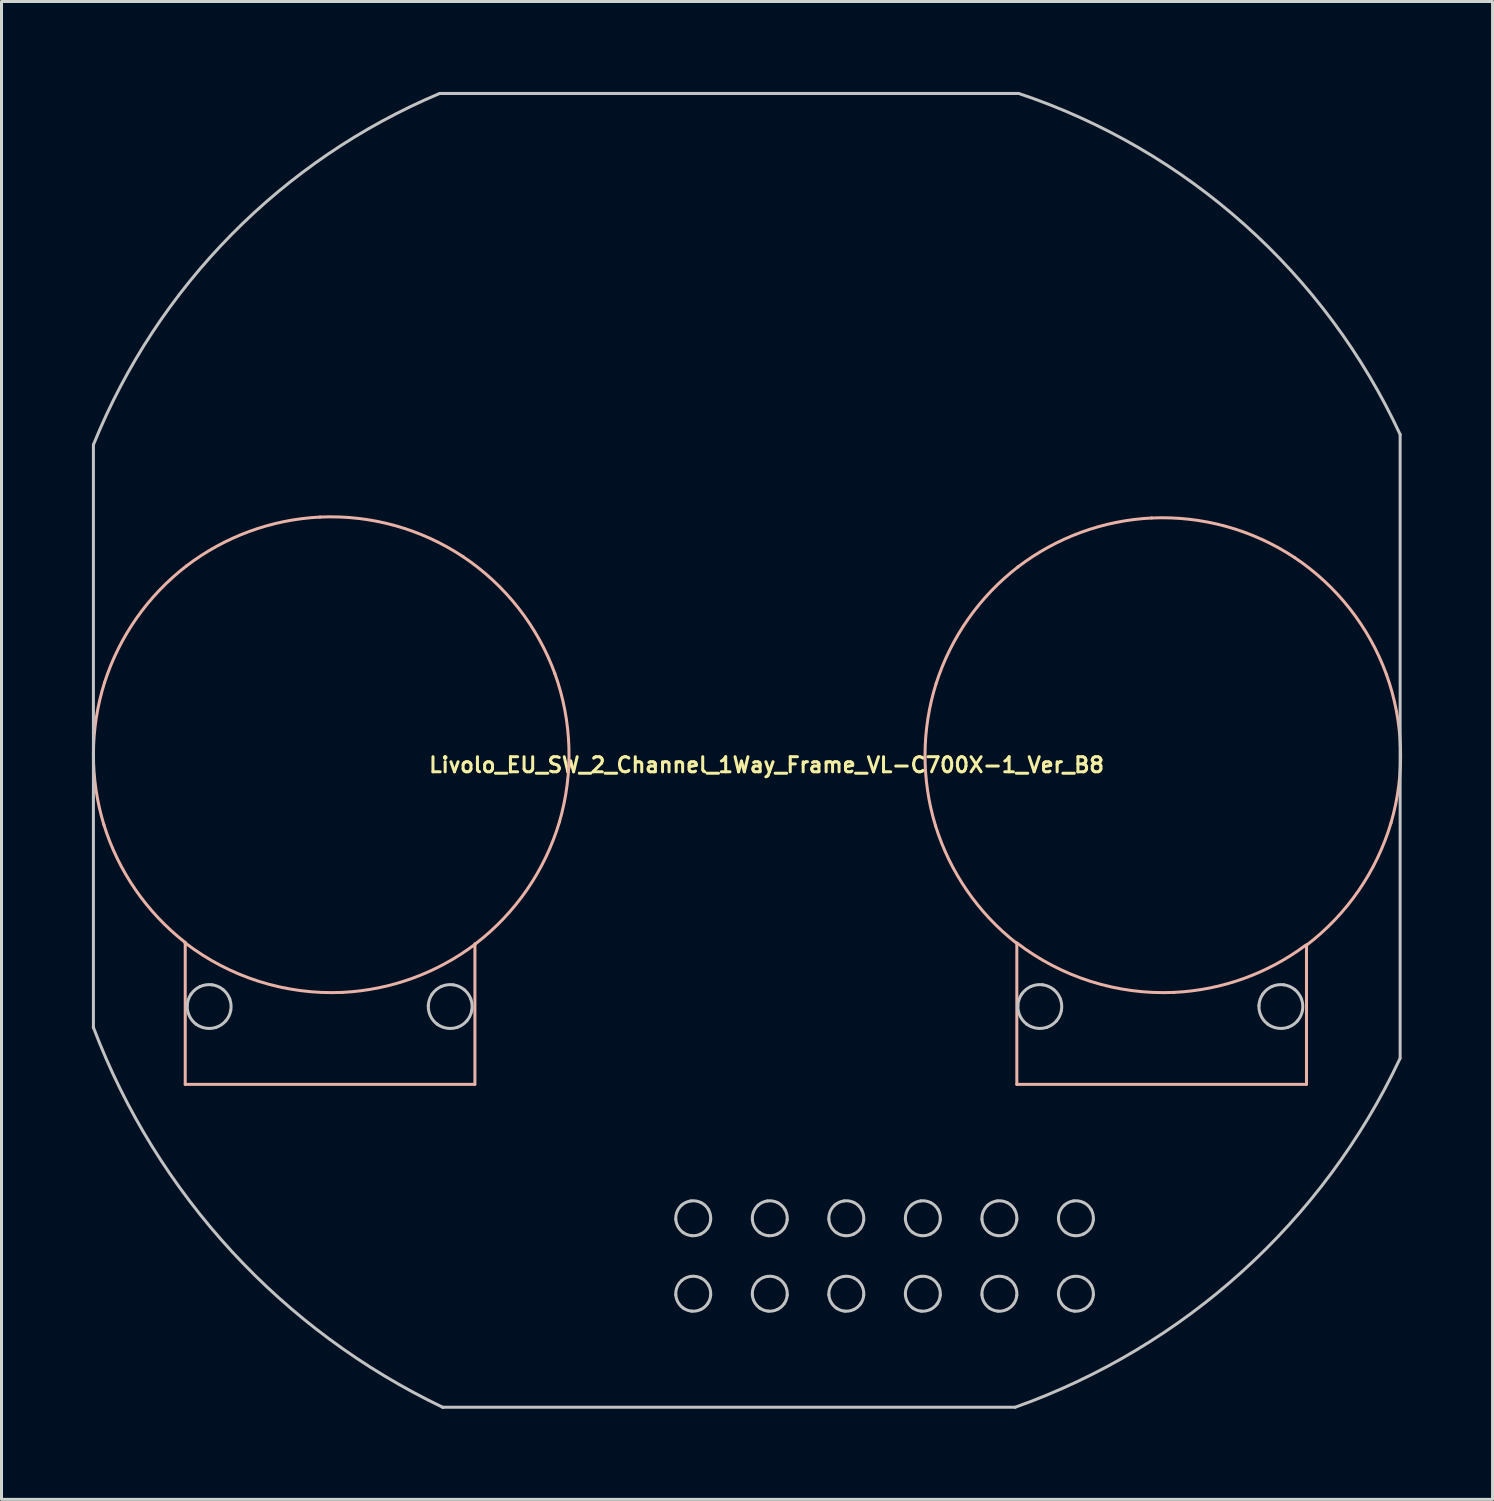
<source format=kicad_pcb>
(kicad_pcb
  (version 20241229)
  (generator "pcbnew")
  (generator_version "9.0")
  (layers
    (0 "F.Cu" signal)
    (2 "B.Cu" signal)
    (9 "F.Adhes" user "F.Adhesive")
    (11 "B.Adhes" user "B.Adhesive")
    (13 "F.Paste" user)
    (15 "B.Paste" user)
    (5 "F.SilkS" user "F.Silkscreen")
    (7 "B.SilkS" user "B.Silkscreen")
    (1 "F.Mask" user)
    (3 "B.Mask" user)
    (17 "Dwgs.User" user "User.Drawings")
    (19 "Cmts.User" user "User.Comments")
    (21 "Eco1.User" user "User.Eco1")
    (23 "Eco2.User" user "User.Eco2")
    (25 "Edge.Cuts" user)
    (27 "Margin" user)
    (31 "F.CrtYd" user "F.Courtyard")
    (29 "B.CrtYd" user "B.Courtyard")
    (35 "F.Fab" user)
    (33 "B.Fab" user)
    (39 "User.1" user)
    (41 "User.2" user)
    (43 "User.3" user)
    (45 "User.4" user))
  (footprint "Livolo_EU_SW_2_Channel_1Way_Frame_VL-C700X-1_Ver_B8"
    (layer "F.Cu")
    (at 22.39 21.837)
    (property "Reference" "Livolo_EU_SW_2_Channel_1Way_Frame_VL-C700X-1_Ver_B8" (at 0 0.5 0) (layer "F.SilkS") (effects (font (size 0.5 0.5) (thickness 0.1))))
    (attr through_hole)
    (fp_line (start -19.293 6.384) (end -19.293 11.1) (stroke (width 0.1) (type solid)) (layer "B.SilkS"))
    (fp_line (start -19.293 11.1) (end -9.689 11.1) (stroke (width 0.1) (type solid)) (layer "B.SilkS"))
    (fp_line (start -9.679 11.1) (end -9.679 6.435) (stroke (width 0.1) (type solid)) (layer "B.SilkS"))
    (fp_line (start 8.305 6.415) (end 8.305 11.1) (stroke (width 0.1) (type solid)) (layer "B.SilkS"))
    (fp_line (start 8.305 11.1) (end 17.909 11.1) (stroke (width 0.1) (type solid)) (layer "B.SilkS"))
    (fp_line (start 17.918 11.1) (end 17.918 6.466) (stroke (width 0.1) (type solid)) (layer "B.SilkS"))
    (fp_arc (start -21.989968 2.49034) (mid -22.339262 0.123669) (end -21.968966 -2.239808) (stroke (width 0.1) (type solid)) (layer "B.SilkS"))
    (fp_arc (start -21.970998 -2.233478) (mid -20.90652 -4.375911) (end -19.253092 -6.104873) (stroke (width 0.1) (type solid)) (layer "B.SilkS"))
    (fp_arc (start -19.308494 6.379358) (mid -20.946503 4.635782) (end -21.991915 2.483981) (stroke (width 0.1) (type solid)) (layer "B.SilkS"))
    (fp_arc (start -19.258377 -6.100834) (mid -17.161237 -7.251984) (end -14.816647 -7.72742) (stroke (width 0.1) (type solid)) (layer "B.SilkS"))
    (fp_arc (start -14.822108 -7.727177) (mid -12.341164 -7.446482) (end -10.069289 -6.410889) (stroke (width 0.1) (type solid)) (layer "B.SilkS"))
    (fp_arc (start -14.076997 8.047108) (mid -16.834254 7.685748) (end -19.3 6.4) (stroke (width 0.1) (type solid)) (layer "B.SilkS"))
    (fp_arc (start -10.073833 -6.413932) (mid -8.242354 -4.717003) (end -7.026797 -2.536109) (stroke (width 0.1) (type solid)) (layer "B.SilkS"))
    (fp_arc (start -9.666479 6.444275) (mid -11.75083 7.578393) (end -14.076997 8.047108) (stroke (width 0.1) (type solid)) (layer "B.SilkS"))
    (fp_arc (start -7.028651 -2.54125) (mid -6.559835 -0.088887) (end -6.873948 2.388047) (stroke (width 0.1) (type solid)) (layer "B.SilkS"))
    (fp_arc (start -6.872393 2.382809) (mid -7.948798 4.635634) (end -9.67026 6.444069) (stroke (width 0.1) (type solid)) (layer "B.SilkS"))
    (fp_arc (start 5.60769 2.521373) (mid 5.258401 0.154718) (end 5.628698 -2.208741) (stroke (width 0.1) (type solid)) (layer "B.SilkS"))
    (fp_arc (start 5.626667 -2.202415) (mid 6.691144 -4.344846) (end 8.34457 -6.073806) (stroke (width 0.1) (type solid)) (layer "B.SilkS"))
    (fp_arc (start 8.289167 6.410421) (mid 6.651161 4.666845) (end 5.605753 2.515046) (stroke (width 0.1) (type solid)) (layer "B.SilkS"))
    (fp_arc (start 8.339287 -6.069768) (mid 10.436427 -7.220917) (end 12.781016 -7.696352) (stroke (width 0.1) (type solid)) (layer "B.SilkS"))
    (fp_arc (start 12.775549 -7.696108) (mid 15.256496 -7.415413) (end 17.528375 -6.379819) (stroke (width 0.1) (type solid)) (layer "B.SilkS"))
    (fp_arc (start 13.523003 8.047108) (mid 10.765746 7.685748) (end 8.3 6.4) (stroke (width 0.1) (type solid)) (layer "B.SilkS"))
    (fp_arc (start 17.523833 -6.382861) (mid 19.355309 -4.685934) (end 20.570863 -2.505041) (stroke (width 0.1) (type solid)) (layer "B.SilkS"))
    (fp_arc (start 17.879907 6.489183) (mid 15.817686 7.593198) (end 13.523003 8.047108) (stroke (width 0.1) (type solid)) (layer "B.SilkS"))
    (fp_arc (start 20.569008 -2.510186) (mid 21.037826 -0.057823) (end 20.723715 2.419113) (stroke (width 0.1) (type solid)) (layer "B.SilkS"))
    (fp_arc (start 20.725272 2.413865) (mid 19.648867 4.666695) (end 17.927403 6.475135) (stroke (width 0.1) (type solid)) (layer "B.SilkS"))
    (fp_line (start -22.34 9.21) (end -22.34 -10.127) (stroke (width 0.1) (type solid)) (layer "Dwgs.User"))
    (fp_line (start -10.85 -21.785) (end 8.35 -21.785) (stroke (width 0.1) (type solid)) (layer "Dwgs.User"))
    (fp_line (start 8.25 21.815) (end -10.75 21.815) (stroke (width 0.1) (type solid)) (layer "Dwgs.User"))
    (fp_line (start 21.026 -10.467) (end 21.026 10.232) (stroke (width 0.1) (type solid)) (layer "Dwgs.User"))
    (fp_arc (start -22.337221 -10.133664) (mid -17.755269 -17.104552) (end -10.850366 -21.785351) (stroke (width 0.1) (type solid)) (layer "Dwgs.User"))
    (fp_arc (start -19.226458 8.486041) (mid -19.190005 8.287988) (end -19.101003 8.107343) (stroke (width 0.1) (type solid)) (layer "Dwgs.User"))
    (fp_arc (start -19.100965 8.107287) (mid -18.965598 7.958189) (end -18.794749 7.851582) (stroke (width 0.1) (type solid)) (layer "Dwgs.User"))
    (fp_arc (start -18.933766 9.100917) (mid -19.154908 8.829122) (end -19.226461 8.486112) (stroke (width 0.1) (type solid)) (layer "Dwgs.User"))
    (fp_arc (start -18.794681 7.851552) (mid -18.601061 7.796194) (end -18.399684 7.795647) (stroke (width 0.1) (type solid)) (layer "Dwgs.User"))
    (fp_arc (start -18.399611 7.795657) (mid -18.205891 7.850663) (end -18.034467 7.956337) (stroke (width 0.1) (type solid)) (layer "Dwgs.User"))
    (fp_arc (start -18.261167 9.204978) (mid -18.610299 9.234698) (end -18.934057 9.100696) (stroke (width 0.1) (type solid)) (layer "Dwgs.User"))
    (fp_arc (start -18.034947 7.955938) (mid -17.904321 8.097205) (end -17.815006 8.267623) (stroke (width 0.1) (type solid)) (layer "Dwgs.User"))
    (fp_arc (start -17.946119 8.990507) (mid -18.089595 9.118701) (end -18.261513 9.205093) (stroke (width 0.1) (type solid)) (layer "Dwgs.User"))
    (fp_arc (start -17.815218 8.267038) (mid -17.773796 8.454929) (end -17.782751 8.647123) (stroke (width 0.1) (type solid)) (layer "Dwgs.User"))
    (fp_arc (start -17.78264 8.646512) (mid -17.841756 8.829607) (end -17.946527 8.990981) (stroke (width 0.1) (type solid)) (layer "Dwgs.User"))
    (fp_arc (start -11.226493 8.486042) (mid -11.19004 8.287988) (end -11.101038 8.107343) (stroke (width 0.1) (type solid)) (layer "Dwgs.User"))
    (fp_arc (start -11.101 8.107288) (mid -10.965633 7.958189) (end -10.794784 7.851582) (stroke (width 0.1) (type solid)) (layer "Dwgs.User"))
    (fp_arc (start -10.9338 9.100917) (mid -11.154942 8.829122) (end -11.226495 8.486112) (stroke (width 0.1) (type solid)) (layer "Dwgs.User"))
    (fp_arc (start -10.794715 7.851552) (mid -10.601095 7.796194) (end -10.399718 7.795647) (stroke (width 0.1) (type solid)) (layer "Dwgs.User"))
    (fp_arc (start -10.73353 21.822699) (mid -17.754031 16.636503) (end -22.34 9.21) (stroke (width 0.1) (type solid)) (layer "Dwgs.User"))
    (fp_arc (start -10.399645 7.795657) (mid -10.205925 7.850663) (end -10.034501 7.956337) (stroke (width 0.1) (type solid)) (layer "Dwgs.User"))
    (fp_arc (start -10.261201 9.204977) (mid -10.610332 9.234698) (end -10.934091 9.100696) (stroke (width 0.1) (type solid)) (layer "Dwgs.User"))
    (fp_arc (start -10.034982 7.955938) (mid -9.904356 8.097205) (end -9.815041 8.267623) (stroke (width 0.1) (type solid)) (layer "Dwgs.User"))
    (fp_arc (start -9.946154 8.990507) (mid -10.08963 9.118701) (end -10.261548 9.205093) (stroke (width 0.1) (type solid)) (layer "Dwgs.User"))
    (fp_arc (start -9.815253 8.267038) (mid -9.773831 8.454929) (end -9.782786 8.647123) (stroke (width 0.1) (type solid)) (layer "Dwgs.User"))
    (fp_arc (start -9.782674 8.646512) (mid -9.84179 8.829607) (end -9.946561 8.990981) (stroke (width 0.1) (type solid)) (layer "Dwgs.User"))
    (fp_arc (start -3.012818 15.576508) (mid -2.968647 15.320746) (end -2.818855 15.108785) (stroke (width 0.1) (type solid)) (layer "Dwgs.User"))
    (fp_arc (start -3.012817 18.081029) (mid -2.968646 17.825267) (end -2.818855 17.613306) (stroke (width 0.1) (type solid)) (layer "Dwgs.User"))
    (fp_arc (start -2.818588 15.10855) (mid -2.674574 15.015057) (end -2.509601 14.967467) (stroke (width 0.1) (type solid)) (layer "Dwgs.User"))
    (fp_arc (start -2.818588 17.61307) (mid -2.674574 17.519577) (end -2.509601 17.471987) (stroke (width 0.1) (type solid)) (layer "Dwgs.User"))
    (fp_arc (start -2.765436 16.018478) (mid -2.939009 15.825494) (end -3.01281 15.576649) (stroke (width 0.1) (type solid)) (layer "Dwgs.User"))
    (fp_arc (start -2.765436 18.522999) (mid -2.939009 18.330015) (end -3.01281 18.08117) (stroke (width 0.1) (type solid)) (layer "Dwgs.User"))
    (fp_arc (start -2.509224 14.967418) (mid -2.337567 14.970691) (end -2.174275 15.023724) (stroke (width 0.1) (type solid)) (layer "Dwgs.User"))
    (fp_arc (start -2.509224 17.471938) (mid -2.337567 17.475211) (end -2.174275 17.528244) (stroke (width 0.1) (type solid)) (layer "Dwgs.User"))
    (fp_arc (start -2.482215 16.120658) (mid -2.630477 16.088177) (end -2.76534 16.018547) (stroke (width 0.1) (type solid)) (layer "Dwgs.User"))
    (fp_arc (start -2.482215 18.625178) (mid -2.630476 18.592697) (end -2.76534 18.523067) (stroke (width 0.1) (type solid)) (layer "Dwgs.User"))
    (fp_arc (start -2.186363 16.067315) (mid -2.330976 16.113403) (end -2.482583 16.120626) (stroke (width 0.1) (type solid)) (layer "Dwgs.User"))
    (fp_arc (start -2.186363 18.571835) (mid -2.330976 18.617923) (end -2.482583 18.625146) (stroke (width 0.1) (type solid)) (layer "Dwgs.User"))
    (fp_arc (start -2.173965 15.02388) (mid -2.033612 15.12279) (end -1.928074 15.25823) (stroke (width 0.1) (type solid)) (layer "Dwgs.User"))
    (fp_arc (start -2.173965 17.5284) (mid -2.033612 17.62731) (end -1.928074 17.76275) (stroke (width 0.1) (type solid)) (layer "Dwgs.User"))
    (fp_arc (start -1.956942 15.873065) (mid -2.059067 15.985343) (end -2.1867 16.067474) (stroke (width 0.1) (type solid)) (layer "Dwgs.User"))
    (fp_arc (start -1.956942 18.377585) (mid -2.059067 18.489863) (end -2.1867 18.571994) (stroke (width 0.1) (type solid)) (layer "Dwgs.User"))
    (fp_arc (start -1.9279 15.258539) (mid -1.867087 15.419109) (end -1.855578 15.590424) (stroke (width 0.1) (type solid)) (layer "Dwgs.User"))
    (fp_arc (start -1.9279 17.76306) (mid -1.867087 17.92363) (end -1.855578 18.094945) (stroke (width 0.1) (type solid)) (layer "Dwgs.User"))
    (fp_arc (start -1.855548 18.094577) (mid -1.887764 18.242896) (end -1.957151 18.377884) (stroke (width 0.1) (type solid)) (layer "Dwgs.User"))
    (fp_arc (start -1.855547 15.590057) (mid -1.887763 15.738376) (end -1.957151 15.873364) (stroke (width 0.1) (type solid)) (layer "Dwgs.User"))
    (fp_arc (start -0.472818 15.576508) (mid -0.428647 15.320746) (end -0.278855 15.108785) (stroke (width 0.1) (type solid)) (layer "Dwgs.User"))
    (fp_arc (start -0.472817 18.081029) (mid -0.428646 17.825267) (end -0.278855 17.613306) (stroke (width 0.1) (type solid)) (layer "Dwgs.User"))
    (fp_arc (start -0.278588 15.10855) (mid -0.134574 15.015057) (end 0.030399 14.967467) (stroke (width 0.1) (type solid)) (layer "Dwgs.User"))
    (fp_arc (start -0.278588 17.61307) (mid -0.134574 17.519577) (end 0.030399 17.471987) (stroke (width 0.1) (type solid)) (layer "Dwgs.User"))
    (fp_arc (start -0.225436 16.018478) (mid -0.399009 15.825494) (end -0.47281 15.576649) (stroke (width 0.1) (type solid)) (layer "Dwgs.User"))
    (fp_arc (start -0.225436 18.522999) (mid -0.399009 18.330015) (end -0.47281 18.08117) (stroke (width 0.1) (type solid)) (layer "Dwgs.User"))
    (fp_arc (start 0.030776 14.967418) (mid 0.202433 14.970691) (end 0.365725 15.023724) (stroke (width 0.1) (type solid)) (layer "Dwgs.User"))
    (fp_arc (start 0.030776 17.471938) (mid 0.202433 17.475211) (end 0.365725 17.528244) (stroke (width 0.1) (type solid)) (layer "Dwgs.User"))
    (fp_arc (start 0.057785 16.120658) (mid -0.090477 16.088177) (end -0.22534 16.018547) (stroke (width 0.1) (type solid)) (layer "Dwgs.User"))
    (fp_arc (start 0.057785 18.625178) (mid -0.090476 18.592697) (end -0.22534 18.523067) (stroke (width 0.1) (type solid)) (layer "Dwgs.User"))
    (fp_arc (start 0.353637 16.067315) (mid 0.209024 16.113403) (end 0.057417 16.120626) (stroke (width 0.1) (type solid)) (layer "Dwgs.User"))
    (fp_arc (start 0.353637 18.571835) (mid 0.209024 18.617923) (end 0.057417 18.625146) (stroke (width 0.1) (type solid)) (layer "Dwgs.User"))
    (fp_arc (start 0.366035 15.02388) (mid 0.506388 15.12279) (end 0.611926 15.25823) (stroke (width 0.1) (type solid)) (layer "Dwgs.User"))
    (fp_arc (start 0.366035 17.5284) (mid 0.506388 17.62731) (end 0.611926 17.76275) (stroke (width 0.1) (type solid)) (layer "Dwgs.User"))
    (fp_arc (start 0.583058 15.873065) (mid 0.480933 15.985343) (end 0.3533 16.067474) (stroke (width 0.1) (type solid)) (layer "Dwgs.User"))
    (fp_arc (start 0.583058 18.377585) (mid 0.480933 18.489863) (end 0.3533 18.571994) (stroke (width 0.1) (type solid)) (layer "Dwgs.User"))
    (fp_arc (start 0.6121 15.258539) (mid 0.672913 15.419109) (end 0.684422 15.590424) (stroke (width 0.1) (type solid)) (layer "Dwgs.User"))
    (fp_arc (start 0.6121 17.76306) (mid 0.672913 17.92363) (end 0.684422 18.094945) (stroke (width 0.1) (type solid)) (layer "Dwgs.User"))
    (fp_arc (start 0.684452 18.094577) (mid 0.652236 18.242896) (end 0.582849 18.377884) (stroke (width 0.1) (type solid)) (layer "Dwgs.User"))
    (fp_arc (start 0.684453 15.590057) (mid 0.652237 15.738376) (end 0.582849 15.873364) (stroke (width 0.1) (type solid)) (layer "Dwgs.User"))
    (fp_arc (start 2.067182 15.576508) (mid 2.111353 15.320746) (end 2.261145 15.108785) (stroke (width 0.1) (type solid)) (layer "Dwgs.User"))
    (fp_arc (start 2.067183 18.081029) (mid 2.111354 17.825267) (end 2.261145 17.613306) (stroke (width 0.1) (type solid)) (layer "Dwgs.User"))
    (fp_arc (start 2.261412 15.10855) (mid 2.405426 15.015057) (end 2.570399 14.967467) (stroke (width 0.1) (type solid)) (layer "Dwgs.User"))
    (fp_arc (start 2.261412 17.61307) (mid 2.405426 17.519577) (end 2.570399 17.471987) (stroke (width 0.1) (type solid)) (layer "Dwgs.User"))
    (fp_arc (start 2.314564 16.018478) (mid 2.140991 15.825494) (end 2.06719 15.576649) (stroke (width 0.1) (type solid)) (layer "Dwgs.User"))
    (fp_arc (start 2.314564 18.522999) (mid 2.140991 18.330015) (end 2.06719 18.08117) (stroke (width 0.1) (type solid)) (layer "Dwgs.User"))
    (fp_arc (start 2.570776 14.967418) (mid 2.742433 14.970691) (end 2.905725 15.023724) (stroke (width 0.1) (type solid)) (layer "Dwgs.User"))
    (fp_arc (start 2.570776 17.471938) (mid 2.742433 17.475211) (end 2.905725 17.528244) (stroke (width 0.1) (type solid)) (layer "Dwgs.User"))
    (fp_arc (start 2.597785 16.120658) (mid 2.449523 16.088177) (end 2.31466 16.018547) (stroke (width 0.1) (type solid)) (layer "Dwgs.User"))
    (fp_arc (start 2.597785 18.625178) (mid 2.449524 18.592697) (end 2.31466 18.523067) (stroke (width 0.1) (type solid)) (layer "Dwgs.User"))
    (fp_arc (start 2.893637 16.067315) (mid 2.749024 16.113403) (end 2.597417 16.120626) (stroke (width 0.1) (type solid)) (layer "Dwgs.User"))
    (fp_arc (start 2.893637 18.571835) (mid 2.749024 18.617923) (end 2.597417 18.625146) (stroke (width 0.1) (type solid)) (layer "Dwgs.User"))
    (fp_arc (start 2.906035 15.02388) (mid 3.046388 15.12279) (end 3.151926 15.25823) (stroke (width 0.1) (type solid)) (layer "Dwgs.User"))
    (fp_arc (start 2.906035 17.5284) (mid 3.046388 17.62731) (end 3.151926 17.76275) (stroke (width 0.1) (type solid)) (layer "Dwgs.User"))
    (fp_arc (start 3.123058 15.873065) (mid 3.020933 15.985343) (end 2.8933 16.067474) (stroke (width 0.1) (type solid)) (layer "Dwgs.User"))
    (fp_arc (start 3.123058 18.377585) (mid 3.020933 18.489863) (end 2.8933 18.571994) (stroke (width 0.1) (type solid)) (layer "Dwgs.User"))
    (fp_arc (start 3.1521 15.258539) (mid 3.212913 15.419109) (end 3.224422 15.590424) (stroke (width 0.1) (type solid)) (layer "Dwgs.User"))
    (fp_arc (start 3.1521 17.76306) (mid 3.212913 17.92363) (end 3.224422 18.094945) (stroke (width 0.1) (type solid)) (layer "Dwgs.User"))
    (fp_arc (start 3.224452 18.094577) (mid 3.192236 18.242896) (end 3.122849 18.377884) (stroke (width 0.1) (type solid)) (layer "Dwgs.User"))
    (fp_arc (start 3.224453 15.590057) (mid 3.192237 15.738376) (end 3.122849 15.873364) (stroke (width 0.1) (type solid)) (layer "Dwgs.User"))
    (fp_arc (start 4.607182 15.576508) (mid 4.651353 15.320746) (end 4.801145 15.108785) (stroke (width 0.1) (type solid)) (layer "Dwgs.User"))
    (fp_arc (start 4.607183 18.081029) (mid 4.651354 17.825267) (end 4.801145 17.613306) (stroke (width 0.1) (type solid)) (layer "Dwgs.User"))
    (fp_arc (start 4.801412 15.10855) (mid 4.945426 15.015057) (end 5.110399 14.967467) (stroke (width 0.1) (type solid)) (layer "Dwgs.User"))
    (fp_arc (start 4.801412 17.61307) (mid 4.945426 17.519577) (end 5.110399 17.471987) (stroke (width 0.1) (type solid)) (layer "Dwgs.User"))
    (fp_arc (start 4.854564 16.018478) (mid 4.680991 15.825494) (end 4.60719 15.576649) (stroke (width 0.1) (type solid)) (layer "Dwgs.User"))
    (fp_arc (start 4.854564 18.522999) (mid 4.680991 18.330015) (end 4.60719 18.08117) (stroke (width 0.1) (type solid)) (layer "Dwgs.User"))
    (fp_arc (start 5.110776 14.967418) (mid 5.282433 14.970691) (end 5.445725 15.023724) (stroke (width 0.1) (type solid)) (layer "Dwgs.User"))
    (fp_arc (start 5.110776 17.471938) (mid 5.282433 17.475211) (end 5.445725 17.528244) (stroke (width 0.1) (type solid)) (layer "Dwgs.User"))
    (fp_arc (start 5.137785 16.120658) (mid 4.989523 16.088177) (end 4.85466 16.018547) (stroke (width 0.1) (type solid)) (layer "Dwgs.User"))
    (fp_arc (start 5.137785 18.625178) (mid 4.989524 18.592697) (end 4.85466 18.523067) (stroke (width 0.1) (type solid)) (layer "Dwgs.User"))
    (fp_arc (start 5.433637 16.067315) (mid 5.289024 16.113403) (end 5.137417 16.120626) (stroke (width 0.1) (type solid)) (layer "Dwgs.User"))
    (fp_arc (start 5.433637 18.571835) (mid 5.289024 18.617923) (end 5.137417 18.625146) (stroke (width 0.1) (type solid)) (layer "Dwgs.User"))
    (fp_arc (start 5.446035 15.02388) (mid 5.586388 15.12279) (end 5.691926 15.25823) (stroke (width 0.1) (type solid)) (layer "Dwgs.User"))
    (fp_arc (start 5.446035 17.5284) (mid 5.586388 17.62731) (end 5.691926 17.76275) (stroke (width 0.1) (type solid)) (layer "Dwgs.User"))
    (fp_arc (start 5.663058 15.873065) (mid 5.560933 15.985343) (end 5.4333 16.067474) (stroke (width 0.1) (type solid)) (layer "Dwgs.User"))
    (fp_arc (start 5.663058 18.377585) (mid 5.560933 18.489863) (end 5.4333 18.571994) (stroke (width 0.1) (type solid)) (layer "Dwgs.User"))
    (fp_arc (start 5.6921 15.258539) (mid 5.752913 15.419109) (end 5.764422 15.590424) (stroke (width 0.1) (type solid)) (layer "Dwgs.User"))
    (fp_arc (start 5.6921 17.76306) (mid 5.752913 17.92363) (end 5.764422 18.094945) (stroke (width 0.1) (type solid)) (layer "Dwgs.User"))
    (fp_arc (start 5.764452 18.094577) (mid 5.732236 18.242896) (end 5.662849 18.377884) (stroke (width 0.1) (type solid)) (layer "Dwgs.User"))
    (fp_arc (start 5.764453 15.590057) (mid 5.732237 15.738376) (end 5.662849 15.873364) (stroke (width 0.1) (type solid)) (layer "Dwgs.User"))
    (fp_arc (start 7.147182 15.576508) (mid 7.191353 15.320746) (end 7.341145 15.108785) (stroke (width 0.1) (type solid)) (layer "Dwgs.User"))
    (fp_arc (start 7.147183 18.081029) (mid 7.191354 17.825267) (end 7.341145 17.613306) (stroke (width 0.1) (type solid)) (layer "Dwgs.User"))
    (fp_arc (start 7.341412 15.10855) (mid 7.485426 15.015057) (end 7.650399 14.967467) (stroke (width 0.1) (type solid)) (layer "Dwgs.User"))
    (fp_arc (start 7.341412 17.61307) (mid 7.485426 17.519577) (end 7.650399 17.471987) (stroke (width 0.1) (type solid)) (layer "Dwgs.User"))
    (fp_arc (start 7.394564 16.018478) (mid 7.220991 15.825494) (end 7.14719 15.576649) (stroke (width 0.1) (type solid)) (layer "Dwgs.User"))
    (fp_arc (start 7.394564 18.522999) (mid 7.220991 18.330015) (end 7.14719 18.08117) (stroke (width 0.1) (type solid)) (layer "Dwgs.User"))
    (fp_arc (start 7.650776 14.967418) (mid 7.822433 14.970691) (end 7.985725 15.023724) (stroke (width 0.1) (type solid)) (layer "Dwgs.User"))
    (fp_arc (start 7.650776 17.471938) (mid 7.822433 17.475211) (end 7.985725 17.528244) (stroke (width 0.1) (type solid)) (layer "Dwgs.User"))
    (fp_arc (start 7.677785 16.120658) (mid 7.529523 16.088177) (end 7.39466 16.018547) (stroke (width 0.1) (type solid)) (layer "Dwgs.User"))
    (fp_arc (start 7.677785 18.625178) (mid 7.529524 18.592697) (end 7.39466 18.523067) (stroke (width 0.1) (type solid)) (layer "Dwgs.User"))
    (fp_arc (start 7.973637 16.067315) (mid 7.829024 16.113403) (end 7.677417 16.120626) (stroke (width 0.1) (type solid)) (layer "Dwgs.User"))
    (fp_arc (start 7.973637 18.571835) (mid 7.829024 18.617923) (end 7.677417 18.625146) (stroke (width 0.1) (type solid)) (layer "Dwgs.User"))
    (fp_arc (start 7.986035 15.02388) (mid 8.126388 15.12279) (end 8.231926 15.25823) (stroke (width 0.1) (type solid)) (layer "Dwgs.User"))
    (fp_arc (start 7.986035 17.5284) (mid 8.126388 17.62731) (end 8.231926 17.76275) (stroke (width 0.1) (type solid)) (layer "Dwgs.User"))
    (fp_arc (start 8.203058 15.873065) (mid 8.100933 15.985343) (end 7.9733 16.067474) (stroke (width 0.1) (type solid)) (layer "Dwgs.User"))
    (fp_arc (start 8.203058 18.377585) (mid 8.100933 18.489863) (end 7.9733 18.571994) (stroke (width 0.1) (type solid)) (layer "Dwgs.User"))
    (fp_arc (start 8.2321 15.258539) (mid 8.292913 15.419109) (end 8.304422 15.590424) (stroke (width 0.1) (type solid)) (layer "Dwgs.User"))
    (fp_arc (start 8.2321 17.76306) (mid 8.292913 17.92363) (end 8.304422 18.094945) (stroke (width 0.1) (type solid)) (layer "Dwgs.User"))
    (fp_arc (start 8.304452 18.094577) (mid 8.272236 18.242896) (end 8.202849 18.377884) (stroke (width 0.1) (type solid)) (layer "Dwgs.User"))
    (fp_arc (start 8.304453 15.590057) (mid 8.272237 15.738376) (end 8.202849 15.873364) (stroke (width 0.1) (type solid)) (layer "Dwgs.User"))
    (fp_arc (start 8.340136 8.486068) (mid 8.376588 8.288002) (end 8.465593 8.107344) (stroke (width 0.1) (type solid)) (layer "Dwgs.User"))
    (fp_arc (start 8.36475 -21.786643) (mid 15.862223 -17.432242) (end 21.025886 -10.467366) (stroke (width 0.1) (type solid)) (layer "Dwgs.User"))
    (fp_arc (start 8.465637 8.107279) (mid 8.601001 7.958186) (end 8.771846 7.851583) (stroke (width 0.1) (type solid)) (layer "Dwgs.User"))
    (fp_arc (start 8.632834 9.100921) (mid 8.411689 8.829125) (end 8.340134 8.486112) (stroke (width 0.1) (type solid)) (layer "Dwgs.User"))
    (fp_arc (start 8.771916 7.851552) (mid 8.965534 7.796194) (end 9.16691 7.795647) (stroke (width 0.1) (type solid)) (layer "Dwgs.User"))
    (fp_arc (start 9.166933 7.79565) (mid 9.360679 7.850657) (end 9.532128 7.956339) (stroke (width 0.1) (type solid)) (layer "Dwgs.User"))
    (fp_arc (start 9.305435 9.204975) (mid 8.956301 9.234697) (end 8.632539 9.100696) (stroke (width 0.1) (type solid)) (layer "Dwgs.User"))
    (fp_arc (start 9.531651 7.955942) (mid 9.662274 8.097208) (end 9.751587 8.267624) (stroke (width 0.1) (type solid)) (layer "Dwgs.User"))
    (fp_arc (start 9.620471 8.99051) (mid 9.476997 9.118702) (end 9.305083 9.205093) (stroke (width 0.1) (type solid)) (layer "Dwgs.User"))
    (fp_arc (start 9.687182 15.576508) (mid 9.731353 15.320746) (end 9.881145 15.108785) (stroke (width 0.1) (type solid)) (layer "Dwgs.User"))
    (fp_arc (start 9.687183 18.081029) (mid 9.731354 17.825267) (end 9.881145 17.613306) (stroke (width 0.1) (type solid)) (layer "Dwgs.User"))
    (fp_arc (start 9.751378 8.267048) (mid 9.792798 8.454934) (end 9.783842 8.647123) (stroke (width 0.1) (type solid)) (layer "Dwgs.User"))
    (fp_arc (start 9.783948 8.646538) (mid 9.724834 8.829619) (end 9.620068 8.990979) (stroke (width 0.1) (type solid)) (layer "Dwgs.User"))
    (fp_arc (start 9.881412 15.10855) (mid 10.025426 15.015057) (end 10.190399 14.967467) (stroke (width 0.1) (type solid)) (layer "Dwgs.User"))
    (fp_arc (start 9.881412 17.61307) (mid 10.025426 17.519577) (end 10.190399 17.471987) (stroke (width 0.1) (type solid)) (layer "Dwgs.User"))
    (fp_arc (start 9.934564 16.018478) (mid 9.760991 15.825494) (end 9.68719 15.576649) (stroke (width 0.1) (type solid)) (layer "Dwgs.User"))
    (fp_arc (start 9.934564 18.522999) (mid 9.760991 18.330015) (end 9.68719 18.08117) (stroke (width 0.1) (type solid)) (layer "Dwgs.User"))
    (fp_arc (start 10.190776 14.967418) (mid 10.362433 14.970691) (end 10.525725 15.023724) (stroke (width 0.1) (type solid)) (layer "Dwgs.User"))
    (fp_arc (start 10.190776 17.471938) (mid 10.362433 17.475211) (end 10.525725 17.528244) (stroke (width 0.1) (type solid)) (layer "Dwgs.User"))
    (fp_arc (start 10.217785 16.120658) (mid 10.069523 16.088177) (end 9.93466 16.018547) (stroke (width 0.1) (type solid)) (layer "Dwgs.User"))
    (fp_arc (start 10.217785 18.625178) (mid 10.069524 18.592697) (end 9.93466 18.523067) (stroke (width 0.1) (type solid)) (layer "Dwgs.User"))
    (fp_arc (start 10.513637 16.067315) (mid 10.369024 16.113403) (end 10.217417 16.120626) (stroke (width 0.1) (type solid)) (layer "Dwgs.User"))
    (fp_arc (start 10.513637 18.571835) (mid 10.369024 18.617923) (end 10.217417 18.625146) (stroke (width 0.1) (type solid)) (layer "Dwgs.User"))
    (fp_arc (start 10.526035 15.02388) (mid 10.666388 15.12279) (end 10.771926 15.25823) (stroke (width 0.1) (type solid)) (layer "Dwgs.User"))
    (fp_arc (start 10.526035 17.5284) (mid 10.666388 17.62731) (end 10.771926 17.76275) (stroke (width 0.1) (type solid)) (layer "Dwgs.User"))
    (fp_arc (start 10.743058 15.873065) (mid 10.640933 15.985343) (end 10.5133 16.067474) (stroke (width 0.1) (type solid)) (layer "Dwgs.User"))
    (fp_arc (start 10.743058 18.377585) (mid 10.640933 18.489863) (end 10.5133 18.571994) (stroke (width 0.1) (type solid)) (layer "Dwgs.User"))
    (fp_arc (start 10.7721 15.258539) (mid 10.832913 15.419109) (end 10.844422 15.590424) (stroke (width 0.1) (type solid)) (layer "Dwgs.User"))
    (fp_arc (start 10.7721 17.76306) (mid 10.832913 17.92363) (end 10.844422 18.094945) (stroke (width 0.1) (type solid)) (layer "Dwgs.User"))
    (fp_arc (start 10.844452 18.094577) (mid 10.812236 18.242896) (end 10.742849 18.377884) (stroke (width 0.1) (type solid)) (layer "Dwgs.User"))
    (fp_arc (start 10.844453 15.590057) (mid 10.812237 15.738376) (end 10.742849 15.873364) (stroke (width 0.1) (type solid)) (layer "Dwgs.User"))
    (fp_arc (start 16.3401 8.486076) (mid 16.376552 8.288005) (end 16.465557 8.107342) (stroke (width 0.1) (type solid)) (layer "Dwgs.User"))
    (fp_arc (start 16.465595 8.107285) (mid 16.600962 7.958187) (end 16.771811 7.85158) (stroke (width 0.1) (type solid)) (layer "Dwgs.User"))
    (fp_arc (start 16.632798 9.100921) (mid 16.411653 8.829125) (end 16.340098 8.486112) (stroke (width 0.1) (type solid)) (layer "Dwgs.User"))
    (fp_arc (start 16.771878 7.851551) (mid 16.965499 7.796194) (end 17.166877 7.795647) (stroke (width 0.1) (type solid)) (layer "Dwgs.User"))
    (fp_arc (start 17.1669 7.79565) (mid 17.360646 7.850657) (end 17.532095 7.956339) (stroke (width 0.1) (type solid)) (layer "Dwgs.User"))
    (fp_arc (start 17.305399 9.204975) (mid 16.956265 9.234697) (end 16.632503 9.100696) (stroke (width 0.1) (type solid)) (layer "Dwgs.User"))
    (fp_arc (start 17.532584 7.956745) (mid 17.662602 8.097722) (end 17.751554 8.267624) (stroke (width 0.1) (type solid)) (layer "Dwgs.User"))
    (fp_arc (start 17.620436 8.990511) (mid 17.476962 9.118703) (end 17.305047 9.205093) (stroke (width 0.1) (type solid)) (layer "Dwgs.User"))
    (fp_arc (start 17.751339 8.267032) (mid 17.792763 8.454926) (end 17.783809 8.647123) (stroke (width 0.1) (type solid)) (layer "Dwgs.User"))
    (fp_arc (start 17.783915 8.646537) (mid 17.7248 8.829618) (end 17.620032 8.990979) (stroke (width 0.1) (type solid)) (layer "Dwgs.User"))
    (fp_arc (start 21.021274 10.241509) (mid 15.791725 17.304092) (end 8.249634 21.814649) (stroke (width 0.1) (type solid)) (layer "Dwgs.User"))
    (fp_line (start -22.34 9.21) (end -22.34 9.21) (stroke (width 0.1) (type solid)) (layer "Edge.Cuts"))
    (fp_line (start -22.34 9.205) (end -22.34 9.205) (stroke (width 0.1) (type solid)) (layer "Edge.Cuts")))
  (gr_rect
    (start -3 -3)
    (end 46.482 46.709)
    (stroke (width 0.1) (type default))
    (fill no)
    (layer "Edge.Cuts")))
</source>
